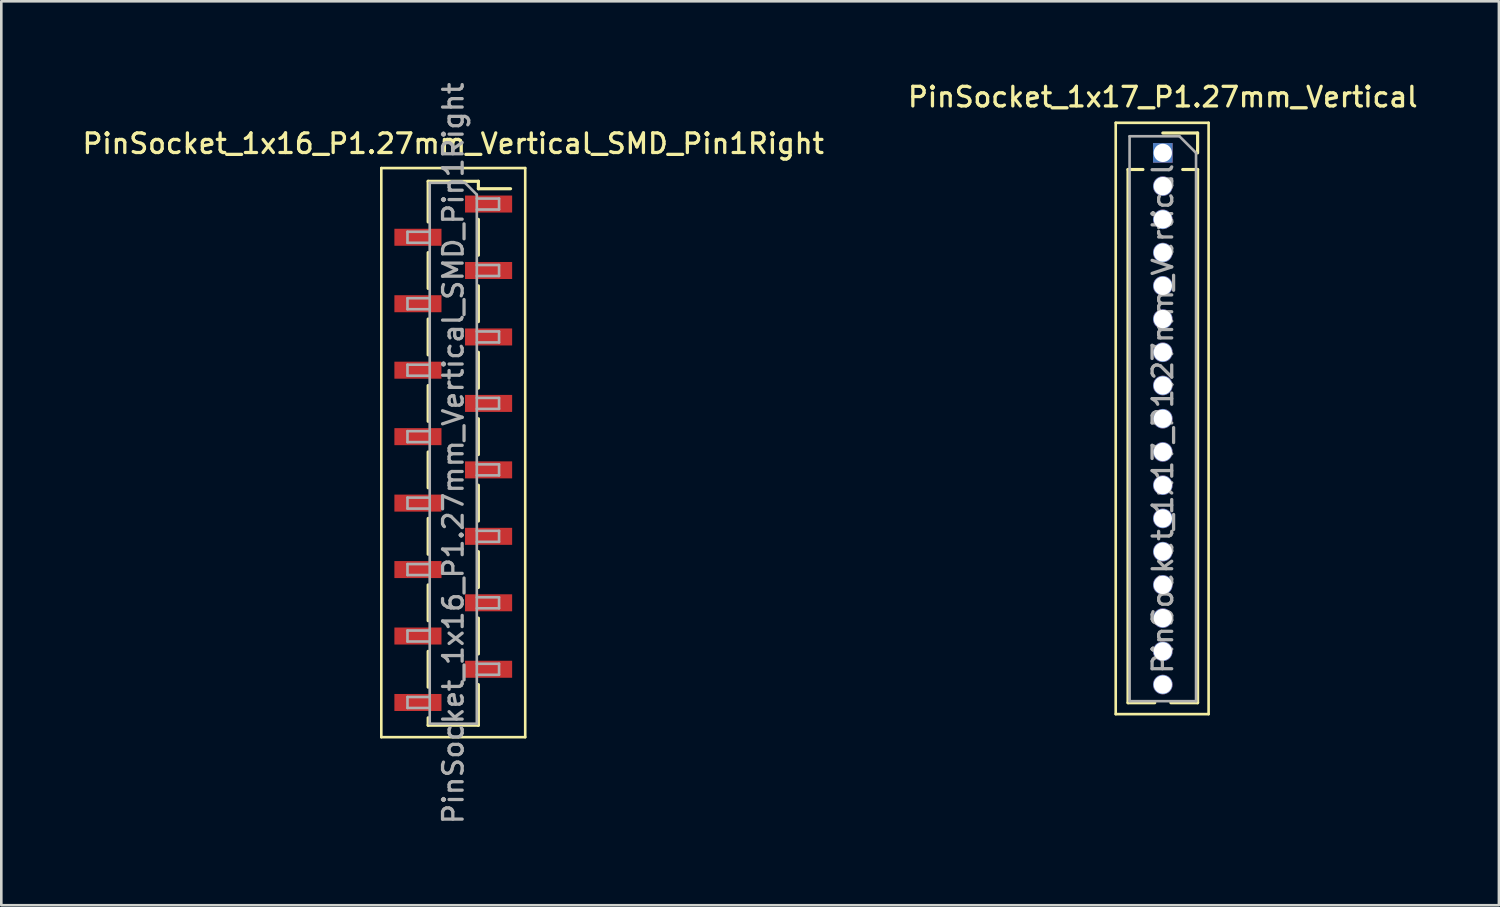
<source format=kicad_pcb>
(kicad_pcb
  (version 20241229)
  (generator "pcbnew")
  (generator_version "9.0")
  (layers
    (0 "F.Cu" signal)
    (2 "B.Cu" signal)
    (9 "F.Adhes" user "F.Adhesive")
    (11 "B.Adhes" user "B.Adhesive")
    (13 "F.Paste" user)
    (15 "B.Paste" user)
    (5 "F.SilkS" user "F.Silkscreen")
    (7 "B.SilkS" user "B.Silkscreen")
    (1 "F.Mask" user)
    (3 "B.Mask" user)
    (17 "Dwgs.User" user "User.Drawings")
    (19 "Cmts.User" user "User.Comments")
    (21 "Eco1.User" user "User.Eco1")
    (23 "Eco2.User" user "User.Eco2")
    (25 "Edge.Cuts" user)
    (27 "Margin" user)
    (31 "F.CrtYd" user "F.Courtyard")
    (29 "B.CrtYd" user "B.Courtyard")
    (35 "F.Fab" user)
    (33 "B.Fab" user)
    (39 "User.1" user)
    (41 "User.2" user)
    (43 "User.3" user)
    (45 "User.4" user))
  (footprint "PinSocket_1x16_P1.27mm_Vertical_SMD_Pin1Right"
    (layer "F.Cu")
    (at 14.273 14.273)
    (property "Reference" "PinSocket_1x16_P1.27mm_Vertical_SMD_Pin1Right" (at 0 -11.835 0) (layer "F.SilkS") (effects (font (size 0.75 0.75) (thickness 0.125))))
    (attr smd)
    (fp_line (start -2.75 -10.9) (end 2.75 -10.9) (stroke (width 0.1) (type solid)) (layer "F.SilkS"))
    (fp_line (start -2.75 10.85) (end -2.75 -10.9) (stroke (width 0.1) (type solid)) (layer "F.SilkS"))
    (fp_line (start -0.96 -10.395) (end -0.96 -8.84) (stroke (width 0.12) (type solid)) (layer "F.SilkS"))
    (fp_line (start -0.96 -10.395) (end 0.96 -10.395) (stroke (width 0.12) (type solid)) (layer "F.SilkS"))
    (fp_line (start -0.96 -7.67) (end -0.96 -6.3) (stroke (width 0.12) (type solid)) (layer "F.SilkS"))
    (fp_line (start -0.96 -5.13) (end -0.96 -3.76) (stroke (width 0.12) (type solid)) (layer "F.SilkS"))
    (fp_line (start -0.96 -2.59) (end -0.96 -1.22) (stroke (width 0.12) (type solid)) (layer "F.SilkS"))
    (fp_line (start -0.96 -0.05) (end -0.96 1.32) (stroke (width 0.12) (type solid)) (layer "F.SilkS"))
    (fp_line (start -0.96 2.49) (end -0.96 3.86) (stroke (width 0.12) (type solid)) (layer "F.SilkS"))
    (fp_line (start -0.96 5.03) (end -0.96 6.4) (stroke (width 0.12) (type solid)) (layer "F.SilkS"))
    (fp_line (start -0.96 7.57) (end -0.96 8.94) (stroke (width 0.12) (type solid)) (layer "F.SilkS"))
    (fp_line (start -0.96 10.11) (end -0.96 10.395) (stroke (width 0.12) (type solid)) (layer "F.SilkS"))
    (fp_line (start -0.96 10.395) (end 0.96 10.395) (stroke (width 0.12) (type solid)) (layer "F.SilkS"))
    (fp_line (start 0.96 -10.395) (end 0.96 -10.11) (stroke (width 0.12) (type solid)) (layer "F.SilkS"))
    (fp_line (start 0.96 -10.11) (end 2.19 -10.11) (stroke (width 0.12) (type solid)) (layer "F.SilkS"))
    (fp_line (start 0.96 -8.94) (end 0.96 -7.57) (stroke (width 0.12) (type solid)) (layer "F.SilkS"))
    (fp_line (start 0.96 -6.4) (end 0.96 -5.03) (stroke (width 0.12) (type solid)) (layer "F.SilkS"))
    (fp_line (start 0.96 -3.86) (end 0.96 -2.49) (stroke (width 0.12) (type solid)) (layer "F.SilkS"))
    (fp_line (start 0.96 -1.32) (end 0.96 0.05) (stroke (width 0.12) (type solid)) (layer "F.SilkS"))
    (fp_line (start 0.96 1.22) (end 0.96 2.59) (stroke (width 0.12) (type solid)) (layer "F.SilkS"))
    (fp_line (start 0.96 3.76) (end 0.96 5.13) (stroke (width 0.12) (type solid)) (layer "F.SilkS"))
    (fp_line (start 0.96 6.3) (end 0.96 7.67) (stroke (width 0.12) (type solid)) (layer "F.SilkS"))
    (fp_line (start 0.96 8.84) (end 0.96 10.395) (stroke (width 0.12) (type solid)) (layer "F.SilkS"))
    (fp_line (start 2.75 -10.9) (end 2.75 10.85) (stroke (width 0.1) (type solid)) (layer "F.SilkS"))
    (fp_line (start 2.75 10.85) (end -2.75 10.85) (stroke (width 0.1) (type solid)) (layer "F.SilkS"))
    (fp_line (start -1.75 -8.465) (end -0.9 -8.465) (stroke (width 0.1) (type solid)) (layer "F.Fab"))
    (fp_line (start -1.75 -8.045) (end -1.75 -8.465) (stroke (width 0.1) (type solid)) (layer "F.Fab"))
    (fp_line (start -1.75 -5.925) (end -0.9 -5.925) (stroke (width 0.1) (type solid)) (layer "F.Fab"))
    (fp_line (start -1.75 -5.505) (end -1.75 -5.925) (stroke (width 0.1) (type solid)) (layer "F.Fab"))
    (fp_line (start -1.75 -3.385) (end -0.9 -3.385) (stroke (width 0.1) (type solid)) (layer "F.Fab"))
    (fp_line (start -1.75 -2.965) (end -1.75 -3.385) (stroke (width 0.1) (type solid)) (layer "F.Fab"))
    (fp_line (start -1.75 -0.845) (end -0.9 -0.845) (stroke (width 0.1) (type solid)) (layer "F.Fab"))
    (fp_line (start -1.75 -0.425) (end -1.75 -0.845) (stroke (width 0.1) (type solid)) (layer "F.Fab"))
    (fp_line (start -1.75 1.695) (end -0.9 1.695) (stroke (width 0.1) (type solid)) (layer "F.Fab"))
    (fp_line (start -1.75 2.115) (end -1.75 1.695) (stroke (width 0.1) (type solid)) (layer "F.Fab"))
    (fp_line (start -1.75 4.235) (end -0.9 4.235) (stroke (width 0.1) (type solid)) (layer "F.Fab"))
    (fp_line (start -1.75 4.655) (end -1.75 4.235) (stroke (width 0.1) (type solid)) (layer "F.Fab"))
    (fp_line (start -1.75 6.775) (end -0.9 6.775) (stroke (width 0.1) (type solid)) (layer "F.Fab"))
    (fp_line (start -1.75 7.195) (end -1.75 6.775) (stroke (width 0.1) (type solid)) (layer "F.Fab"))
    (fp_line (start -1.75 9.315) (end -0.9 9.315) (stroke (width 0.1) (type solid)) (layer "F.Fab"))
    (fp_line (start -1.75 9.735) (end -1.75 9.315) (stroke (width 0.1) (type solid)) (layer "F.Fab"))
    (fp_line (start -0.9 -10.335) (end 0.45 -10.335) (stroke (width 0.1) (type solid)) (layer "F.Fab"))
    (fp_line (start -0.9 -8.045) (end -1.75 -8.045) (stroke (width 0.1) (type solid)) (layer "F.Fab"))
    (fp_line (start -0.9 -5.505) (end -1.75 -5.505) (stroke (width 0.1) (type solid)) (layer "F.Fab"))
    (fp_line (start -0.9 -2.965) (end -1.75 -2.965) (stroke (width 0.1) (type solid)) (layer "F.Fab"))
    (fp_line (start -0.9 -0.425) (end -1.75 -0.425) (stroke (width 0.1) (type solid)) (layer "F.Fab"))
    (fp_line (start -0.9 2.115) (end -1.75 2.115) (stroke (width 0.1) (type solid)) (layer "F.Fab"))
    (fp_line (start -0.9 4.655) (end -1.75 4.655) (stroke (width 0.1) (type solid)) (layer "F.Fab"))
    (fp_line (start -0.9 7.195) (end -1.75 7.195) (stroke (width 0.1) (type solid)) (layer "F.Fab"))
    (fp_line (start -0.9 9.735) (end -1.75 9.735) (stroke (width 0.1) (type solid)) (layer "F.Fab"))
    (fp_line (start -0.9 10.335) (end -0.9 -10.335) (stroke (width 0.1) (type solid)) (layer "F.Fab"))
    (fp_line (start 0.45 -10.335) (end 0.9 -9.885) (stroke (width 0.1) (type solid)) (layer "F.Fab"))
    (fp_line (start 0.9 -9.885) (end 0.9 10.335) (stroke (width 0.1) (type solid)) (layer "F.Fab"))
    (fp_line (start 0.9 -9.735) (end 1.75 -9.735) (stroke (width 0.1) (type solid)) (layer "F.Fab"))
    (fp_line (start 0.9 -7.195) (end 1.75 -7.195) (stroke (width 0.1) (type solid)) (layer "F.Fab"))
    (fp_line (start 0.9 -4.655) (end 1.75 -4.655) (stroke (width 0.1) (type solid)) (layer "F.Fab"))
    (fp_line (start 0.9 -2.115) (end 1.75 -2.115) (stroke (width 0.1) (type solid)) (layer "F.Fab"))
    (fp_line (start 0.9 0.425) (end 1.75 0.425) (stroke (width 0.1) (type solid)) (layer "F.Fab"))
    (fp_line (start 0.9 2.965) (end 1.75 2.965) (stroke (width 0.1) (type solid)) (layer "F.Fab"))
    (fp_line (start 0.9 5.505) (end 1.75 5.505) (stroke (width 0.1) (type solid)) (layer "F.Fab"))
    (fp_line (start 0.9 8.045) (end 1.75 8.045) (stroke (width 0.1) (type solid)) (layer "F.Fab"))
    (fp_line (start 0.9 10.335) (end -0.9 10.335) (stroke (width 0.1) (type solid)) (layer "F.Fab"))
    (fp_line (start 1.75 -9.735) (end 1.75 -9.315) (stroke (width 0.1) (type solid)) (layer "F.Fab"))
    (fp_line (start 1.75 -9.315) (end 0.9 -9.315) (stroke (width 0.1) (type solid)) (layer "F.Fab"))
    (fp_line (start 1.75 -7.195) (end 1.75 -6.775) (stroke (width 0.1) (type solid)) (layer "F.Fab"))
    (fp_line (start 1.75 -6.775) (end 0.9 -6.775) (stroke (width 0.1) (type solid)) (layer "F.Fab"))
    (fp_line (start 1.75 -4.655) (end 1.75 -4.235) (stroke (width 0.1) (type solid)) (layer "F.Fab"))
    (fp_line (start 1.75 -4.235) (end 0.9 -4.235) (stroke (width 0.1) (type solid)) (layer "F.Fab"))
    (fp_line (start 1.75 -2.115) (end 1.75 -1.695) (stroke (width 0.1) (type solid)) (layer "F.Fab"))
    (fp_line (start 1.75 -1.695) (end 0.9 -1.695) (stroke (width 0.1) (type solid)) (layer "F.Fab"))
    (fp_line (start 1.75 0.425) (end 1.75 0.845) (stroke (width 0.1) (type solid)) (layer "F.Fab"))
    (fp_line (start 1.75 0.845) (end 0.9 0.845) (stroke (width 0.1) (type solid)) (layer "F.Fab"))
    (fp_line (start 1.75 2.965) (end 1.75 3.385) (stroke (width 0.1) (type solid)) (layer "F.Fab"))
    (fp_line (start 1.75 3.385) (end 0.9 3.385) (stroke (width 0.1) (type solid)) (layer "F.Fab"))
    (fp_line (start 1.75 5.505) (end 1.75 5.925) (stroke (width 0.1) (type solid)) (layer "F.Fab"))
    (fp_line (start 1.75 5.925) (end 0.9 5.925) (stroke (width 0.1) (type solid)) (layer "F.Fab"))
    (fp_line (start 1.75 8.045) (end 1.75 8.465) (stroke (width 0.1) (type solid)) (layer "F.Fab"))
    (fp_line (start 1.75 8.465) (end 0.9 8.465) (stroke (width 0.1) (type solid)) (layer "F.Fab"))
    (fp_text user "${REFERENCE}" (at 0 0 90) (layer "F.Fab") (effects (font (size 0.75 0.75) (thickness 0.125))))
    (pad "1" smd rect (at 1.35 -9.525) (size 1.8 0.65) (layers "F.Cu" "F.Mask" "F.Paste"))
    (pad "2" smd rect (at -1.35 -8.255) (size 1.8 0.65) (layers "F.Cu" "F.Mask" "F.Paste"))
    (pad "3" smd rect (at 1.35 -6.985) (size 1.8 0.65) (layers "F.Cu" "F.Mask" "F.Paste"))
    (pad "4" smd rect (at -1.35 -5.715) (size 1.8 0.65) (layers "F.Cu" "F.Mask" "F.Paste"))
    (pad "5" smd rect (at 1.35 -4.445) (size 1.8 0.65) (layers "F.Cu" "F.Mask" "F.Paste"))
    (pad "6" smd rect (at -1.35 -3.175) (size 1.8 0.65) (layers "F.Cu" "F.Mask" "F.Paste"))
    (pad "7" smd rect (at 1.35 -1.905) (size 1.8 0.65) (layers "F.Cu" "F.Mask" "F.Paste"))
    (pad "8" smd rect (at -1.35 -0.635) (size 1.8 0.65) (layers "F.Cu" "F.Mask" "F.Paste"))
    (pad "9" smd rect (at 1.35 0.635) (size 1.8 0.65) (layers "F.Cu" "F.Mask" "F.Paste"))
    (pad "10" smd rect (at -1.35 1.905) (size 1.8 0.65) (layers "F.Cu" "F.Mask" "F.Paste"))
    (pad "11" smd rect (at 1.35 3.175) (size 1.8 0.65) (layers "F.Cu" "F.Mask" "F.Paste"))
    (pad "12" smd rect (at -1.35 4.445) (size 1.8 0.65) (layers "F.Cu" "F.Mask" "F.Paste"))
    (pad "13" smd rect (at 1.35 5.715) (size 1.8 0.65) (layers "F.Cu" "F.Mask" "F.Paste"))
    (pad "14" smd rect (at -1.35 6.985) (size 1.8 0.65) (layers "F.Cu" "F.Mask" "F.Paste"))
    (pad "15" smd rect (at 1.35 8.255) (size 1.8 0.65) (layers "F.Cu" "F.Mask" "F.Paste"))
    (pad "16" smd rect (at -1.35 9.525) (size 1.8 0.65) (layers "F.Cu" "F.Mask" "F.Paste")))
  (footprint "PinSocket_1x17_P1.27mm_Vertical"
    (layer "F.Cu")
    (at 41.391 2.793)
    (property "Reference" "PinSocket_1x17_P1.27mm_Vertical" (at 0 -2.135 0) (layer "F.SilkS") (effects (font (size 0.75 0.75) (thickness 0.125))))
    (attr through_hole)
    (fp_line (start -1.8 -1.15) (end 1.75 -1.15) (stroke (width 0.1) (type solid)) (layer "F.SilkS"))
    (fp_line (start -1.8 21.45) (end -1.8 -1.15) (stroke (width 0.1) (type solid)) (layer "F.SilkS"))
    (fp_line (start -1.33 0.635) (end -1.33 21.015) (stroke (width 0.12) (type solid)) (layer "F.SilkS"))
    (fp_line (start -1.33 0.635) (end -0.76 0.635) (stroke (width 0.12) (type solid)) (layer "F.SilkS"))
    (fp_line (start -1.33 21.015) (end -0.308 21.015) (stroke (width 0.12) (type solid)) (layer "F.SilkS"))
    (fp_line (start 0 -0.76) (end 1.33 -0.76) (stroke (width 0.12) (type solid)) (layer "F.SilkS"))
    (fp_line (start 0.308 21.015) (end 1.33 21.015) (stroke (width 0.12) (type solid)) (layer "F.SilkS"))
    (fp_line (start 0.76 0.635) (end 1.33 0.635) (stroke (width 0.12) (type solid)) (layer "F.SilkS"))
    (fp_line (start 1.33 -0.76) (end 1.33 0) (stroke (width 0.12) (type solid)) (layer "F.SilkS"))
    (fp_line (start 1.33 0.635) (end 1.33 21.015) (stroke (width 0.12) (type solid)) (layer "F.SilkS"))
    (fp_line (start 1.75 -1.15) (end 1.75 21.45) (stroke (width 0.1) (type solid)) (layer "F.SilkS"))
    (fp_line (start 1.75 21.45) (end -1.8 21.45) (stroke (width 0.1) (type solid)) (layer "F.SilkS"))
    (fp_line (start -1.27 -0.635) (end 0.635 -0.635) (stroke (width 0.1) (type solid)) (layer "F.Fab"))
    (fp_line (start -1.27 20.955) (end -1.27 -0.635) (stroke (width 0.1) (type solid)) (layer "F.Fab"))
    (fp_line (start 0.635 -0.635) (end 1.27 0) (stroke (width 0.1) (type solid)) (layer "F.Fab"))
    (fp_line (start 1.27 0) (end 1.27 20.955) (stroke (width 0.1) (type solid)) (layer "F.Fab"))
    (fp_line (start 1.27 20.955) (end -1.27 20.955) (stroke (width 0.1) (type solid)) (layer "F.Fab"))
    (fp_text user "${REFERENCE}" (at 0 10.16 90) (layer "F.Fab") (effects (font (size 0.75 0.75) (thickness 0.125))))
    (pad "1" thru_hole rect (at 0 0) (size 0.75 0.75) (drill 0.7) (layers "*.Cu" "*.Mask"))
    (pad "2" thru_hole oval (at 0 1.27) (size 0.75 0.75) (drill 0.7) (layers "*.Cu" "*.Mask"))
    (pad "3" thru_hole oval (at 0 2.54) (size 0.75 0.75) (drill 0.7) (layers "*.Cu" "*.Mask"))
    (pad "4" thru_hole oval (at 0 3.81) (size 0.75 0.75) (drill 0.7) (layers "*.Cu" "*.Mask"))
    (pad "5" thru_hole oval (at 0 5.08) (size 0.75 0.75) (drill 0.7) (layers "*.Cu" "*.Mask"))
    (pad "6" thru_hole oval (at 0 6.35) (size 0.75 0.75) (drill 0.7) (layers "*.Cu" "*.Mask"))
    (pad "7" thru_hole oval (at 0 7.62) (size 0.75 0.75) (drill 0.7) (layers "*.Cu" "*.Mask"))
    (pad "8" thru_hole oval (at 0 8.89) (size 0.75 0.75) (drill 0.7) (layers "*.Cu" "*.Mask"))
    (pad "9" thru_hole oval (at 0 10.16) (size 0.75 0.75) (drill 0.7) (layers "*.Cu" "*.Mask"))
    (pad "10" thru_hole oval (at 0 11.43) (size 0.75 0.75) (drill 0.7) (layers "*.Cu" "*.Mask"))
    (pad "11" thru_hole oval (at 0 12.7) (size 0.75 0.75) (drill 0.7) (layers "*.Cu" "*.Mask"))
    (pad "12" thru_hole oval (at 0 13.97) (size 0.75 0.75) (drill 0.7) (layers "*.Cu" "*.Mask"))
    (pad "13" thru_hole oval (at 0 15.24) (size 0.75 0.75) (drill 0.7) (layers "*.Cu" "*.Mask"))
    (pad "14" thru_hole oval (at 0 16.51) (size 0.75 0.75) (drill 0.7) (layers "*.Cu" "*.Mask"))
    (pad "15" thru_hole oval (at 0 17.78) (size 0.75 0.75) (drill 0.7) (layers "*.Cu" "*.Mask"))
    (pad "16" thru_hole oval (at 0 19.05) (size 0.75 0.75) (drill 0.7) (layers "*.Cu" "*.Mask"))
    (pad "17" thru_hole oval (at 0 20.32) (size 0.75 0.75) (drill 0.7) (layers "*.Cu" "*.Mask")))
  (gr_rect
    (start -3 -3)
    (end 54.236 31.546)
    (stroke (width 0.1) (type default))
    (fill no)
    (layer "Edge.Cuts")))
</source>
